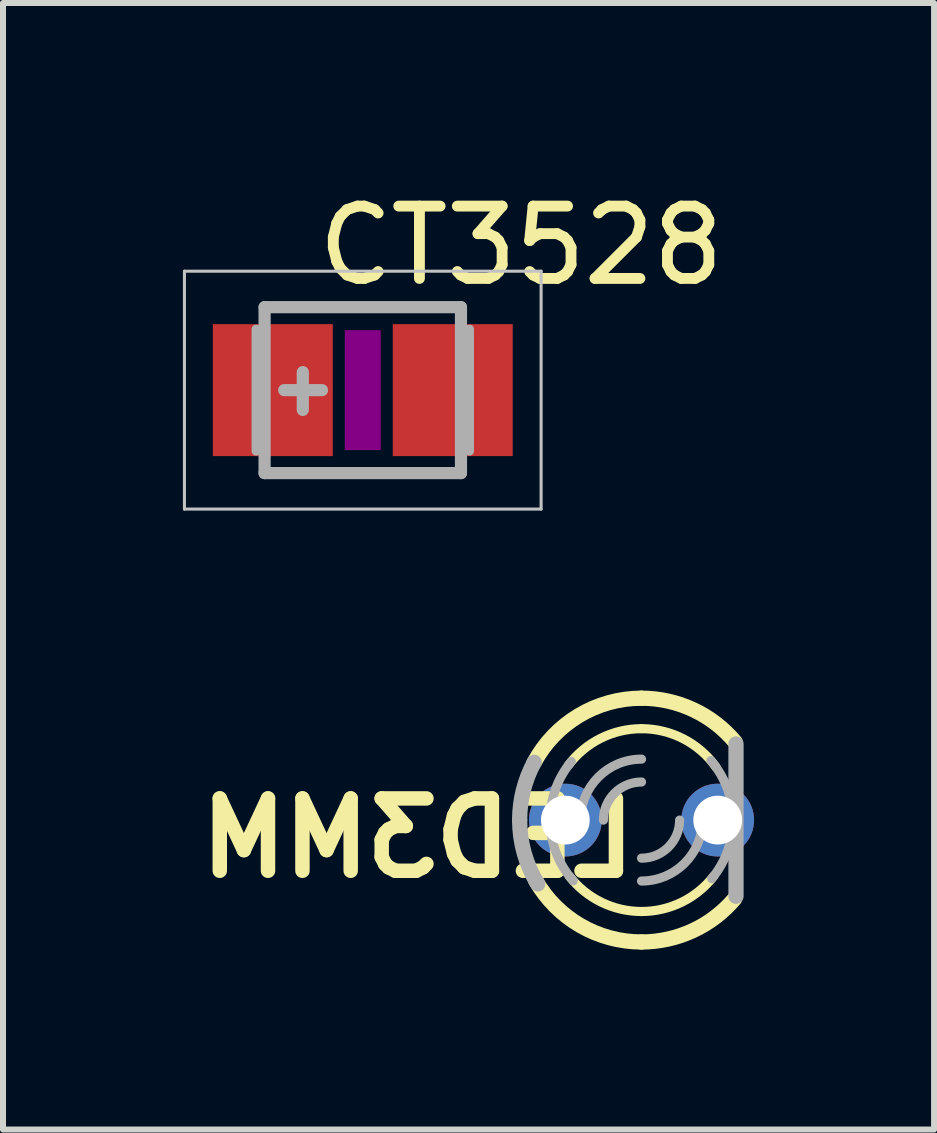
<source format=kicad_pcb>
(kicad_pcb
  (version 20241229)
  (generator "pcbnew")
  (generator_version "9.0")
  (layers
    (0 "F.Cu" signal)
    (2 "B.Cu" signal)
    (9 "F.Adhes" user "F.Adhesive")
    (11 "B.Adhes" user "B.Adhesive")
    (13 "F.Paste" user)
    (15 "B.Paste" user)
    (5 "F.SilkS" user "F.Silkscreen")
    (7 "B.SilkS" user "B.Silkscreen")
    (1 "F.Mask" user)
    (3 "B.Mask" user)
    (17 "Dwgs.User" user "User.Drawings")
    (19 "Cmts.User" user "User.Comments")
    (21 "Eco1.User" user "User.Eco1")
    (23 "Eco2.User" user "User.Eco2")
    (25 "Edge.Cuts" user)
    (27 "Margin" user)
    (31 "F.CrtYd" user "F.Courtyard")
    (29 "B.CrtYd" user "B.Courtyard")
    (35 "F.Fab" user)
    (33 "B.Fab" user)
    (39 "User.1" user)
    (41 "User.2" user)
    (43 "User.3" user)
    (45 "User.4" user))
  (footprint "LED3MM"
    (layer "F.Cu")
    (at 7.645 10.622)
    (property "Reference" "LED3MM" (at 0.019 1.005 0) (layer "F.SilkS") (effects (font (size 1.206 1.206) (thickness 0.241)) (justify left bottom mirror)))
    (attr through_hole)
    (fp_arc (start -1.7929 -0.9562) (mid -1.045438 -1.7424) (end 0 -2.032) (stroke (width 0.254) (type solid)) (layer "F.SilkS"))
    (fp_arc (start -1.2192 -0.9144) (mid -0.681554 -1.363107) (end 0 -1.524) (stroke (width 0.1524) (type solid)) (layer "F.SilkS"))
    (fp_arc (start 0 -2.032) (mid 0.861864 -1.840173) (end 1.561 -1.3009) (stroke (width 0.254) (type solid)) (layer "F.SilkS"))
    (fp_arc (start 0 -1.524) (mid 0.697339 -1.355082) (end 1.2401 -0.885801) (stroke (width 0.1524) (type solid)) (layer "F.SilkS"))
    (fp_arc (start 0 1.524) (mid -0.669593 1.369018) (end -1.203 0.9356) (stroke (width 0.1524) (type solid)) (layer "F.SilkS"))
    (fp_arc (start 0 2.032) (mid -1.019924 1.757525) (end -1.7643 1.0082) (stroke (width 0.254) (type solid)) (layer "F.SilkS"))
    (fp_arc (start 1.203 0.9356) (mid 0.669593 1.369018) (end 0 1.524) (stroke (width 0.1524) (type solid)) (layer "F.SilkS"))
    (fp_arc (start 1.5512 1.3126) (mid 0.854953 1.843405) (end 0 2.032) (stroke (width 0.254) (type solid)) (layer "F.SilkS"))
    (fp_line (start 1.575 1.27) (end 1.575 -1.27) (stroke (width 0.254) (type solid)) (layer "F.Fab"))
    (fp_arc (start -2.032 0) (mid -1.970339 -0.496775) (end -1.7891 -0.9634) (stroke (width 0.254) (type solid)) (layer "F.Fab"))
    (fp_arc (start -1.7306 1.065) (mid -1.95521 0.553417) (end -2.032 0) (stroke (width 0.254) (type solid)) (layer "F.Fab"))
    (fp_arc (start -1.524 0) (mid -1.432981 -0.518783) (end -1.1708 -0.9756) (stroke (width 0.1524) (type solid)) (layer "F.Fab"))
    (fp_arc (start -1.1391 1.0125) (mid -1.42454 0.5416) (end -1.524 0) (stroke (width 0.1524) (type solid)) (layer "F.Fab"))
    (fp_arc (start -1.016 0) (mid -0.71842 -0.71842) (end 0 -1.016) (stroke (width 0.1524) (type solid)) (layer "F.Fab"))
    (fp_arc (start -0.635 0) (mid -0.449013 -0.449013) (end 0 -0.635) (stroke (width 0.1524) (type solid)) (layer "F.Fab"))
    (fp_arc (start 0.635 0) (mid 0.449013 0.449013) (end 0 0.635) (stroke (width 0.1524) (type solid)) (layer "F.Fab"))
    (fp_arc (start 1.016 0) (mid 0.71842 0.71842) (end 0 1.016) (stroke (width 0.1524) (type solid)) (layer "F.Fab"))
    (fp_arc (start 1.1571 -0.9918) (mid 1.429332 -0.528744) (end 1.524 0) (stroke (width 0.1524) (type solid)) (layer "F.Fab"))
    (fp_arc (start 1.524 0) (mid 1.432981 0.518783) (end 1.1708 0.9756) (stroke (width 0.1524) (type solid)) (layer "F.Fab"))
    (pad "A" thru_hole circle (at -1.27 0) (size 1.213 1.213) (drill 0.813) (layers "*.Cu" "*.Mask"))
    (pad "K" thru_hole circle (at 1.27 0) (size 1.213 1.213) (drill 0.813) (layers "*.Cu" "*.Mask")))
  (footprint "CT3528"
    (layer "F.Cu")
    (at 2.998 3.454)
    (property "Reference" "CT3528" (at -0.84 -1.705 180) (layer "F.SilkS") (effects (font (size 1.206 1.206) (thickness 0.181)) (justify left bottom)))
    (attr through_hole)
    (fp_poly (pts (xy -0.3 1) (xy 0.3 1) (xy 0.3 -1) (xy -0.3 -1)) (stroke (width 0) (type solid)) (fill yes) (layer "F.Adhes"))
    (fp_line (start -2.973 -1.983) (end 2.973 -1.983) (stroke (width 0.051) (type solid)) (layer "Dwgs.User"))
    (fp_line (start -2.973 1.983) (end -2.973 -1.983) (stroke (width 0.051) (type solid)) (layer "Dwgs.User"))
    (fp_line (start 2.973 -1.983) (end 2.973 1.983) (stroke (width 0.051) (type solid)) (layer "Dwgs.User"))
    (fp_line (start 2.973 1.983) (end -2.973 1.983) (stroke (width 0.051) (type solid)) (layer "Dwgs.User"))
    (fp_line (start -1.778 -1.016) (end -1.778 1.016) (stroke (width 0.152) (type solid)) (layer "F.Fab"))
    (fp_line (start -1.637 1.383) (end -1.637 -1.383) (stroke (width 0.203) (type solid)) (layer "F.Fab"))
    (fp_line (start -1 -0.3) (end -1 0.33) (stroke (width 0.203) (type solid)) (layer "F.Fab"))
    (fp_line (start -0.68 0) (end -1.31 0) (stroke (width 0.203) (type solid)) (layer "F.Fab"))
    (fp_line (start 1.637 -1.383) (end -1.637 -1.383) (stroke (width 0.203) (type solid)) (layer "F.Fab"))
    (fp_line (start 1.637 1.383) (end -1.637 1.383) (stroke (width 0.203) (type solid)) (layer "F.Fab"))
    (fp_line (start 1.637 1.383) (end 1.637 -1.383) (stroke (width 0.203) (type solid)) (layer "F.Fab"))
    (fp_line (start 1.778 -1.016) (end 1.778 1.016) (stroke (width 0.152) (type solid)) (layer "F.Fab"))
    (pad "+" smd rect (at -1.5 0) (size 2 2.2) (layers "F.Cu" "F.Mask" "F.Paste"))
    (pad "-" smd rect (at 1.5 0) (size 2 2.2) (layers "F.Cu" "F.Mask" "F.Paste")))
  (gr_rect
    (start -3 -3)
    (end 12.522 15.781)
    (stroke (width 0.1) (type default))
    (fill no)
    (layer "Edge.Cuts")))
</source>
